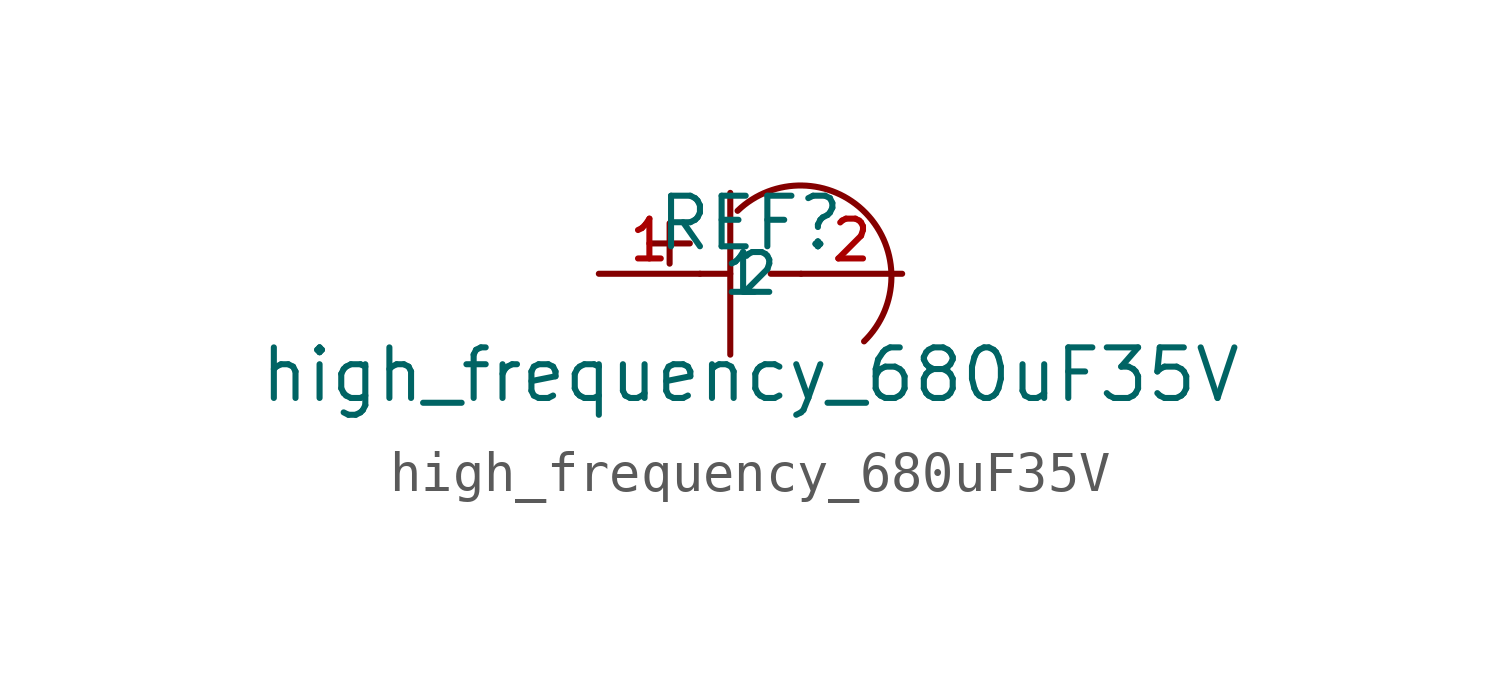
<source format=kicad_sym>
(kicad_symbol_lib
  (version 20210201)
  (generator TousstNicolas/JLC2KiCad_lib)
  (symbol "high_frequency_680uF35V"
    (property "Reference" "REF"
      (at 0 1.27 0)
      (effects (font (size 1.27 1.27))))
    (property "Value" "high_frequency_680uF35V"
      (at 0 -2.54 0)
      (effects (font (size 1.27 1.27))))
    (symbol "high_frequency_680uF35V_0_1"
      (polyline (pts (xy -0.508 2.032) (xy -0.508 -2.032)) (stroke (width 0) (type default) (color 0 0 0 0)) (fill (type none)))
      (pin input line (at -3.81 -0.0 0) (length 2.54) (name "1" (effects (font (size 1 1)))) (number "1" (effects (font (size 1 1)))))
      (pin input line (at 3.81 -0.0 180) (length 2.54) (name "2" (effects (font (size 1 1)))) (number "2" (effects (font (size 1 1)))))
      (polyline (pts (xy -1.27 -0.0) (xy -0.508 -0.0)) (stroke (width 0) (type default) (color 0 0 0 0)) (fill (type none)))
      (polyline (pts (xy 0.508 -0.0) (xy 1.27 -0.0)) (stroke (width 0) (type default) (color 0 0 0 0)) (fill (type none)))
      (arc (start 2.8568864991146503 -1.7027608429143621) (mid -0.3756081886090531 -1.6516540886498294) (end -0.32450143434452094 1.5808405990738739) (stroke (width 0) (type default) (color 0 0 0 0)) (fill (type none)))
      (polyline (pts (xy -2.54 0.762) (xy -1.524 0.762)) (stroke (width 0) (type default) (color 0 0 0 0)) (fill (type none)))
      (polyline (pts (xy -2.032 1.27) (xy -2.032 0.254)) (stroke (width 0) (type default) (color 0 0 0 0)) (fill (type none))))))
</source>
